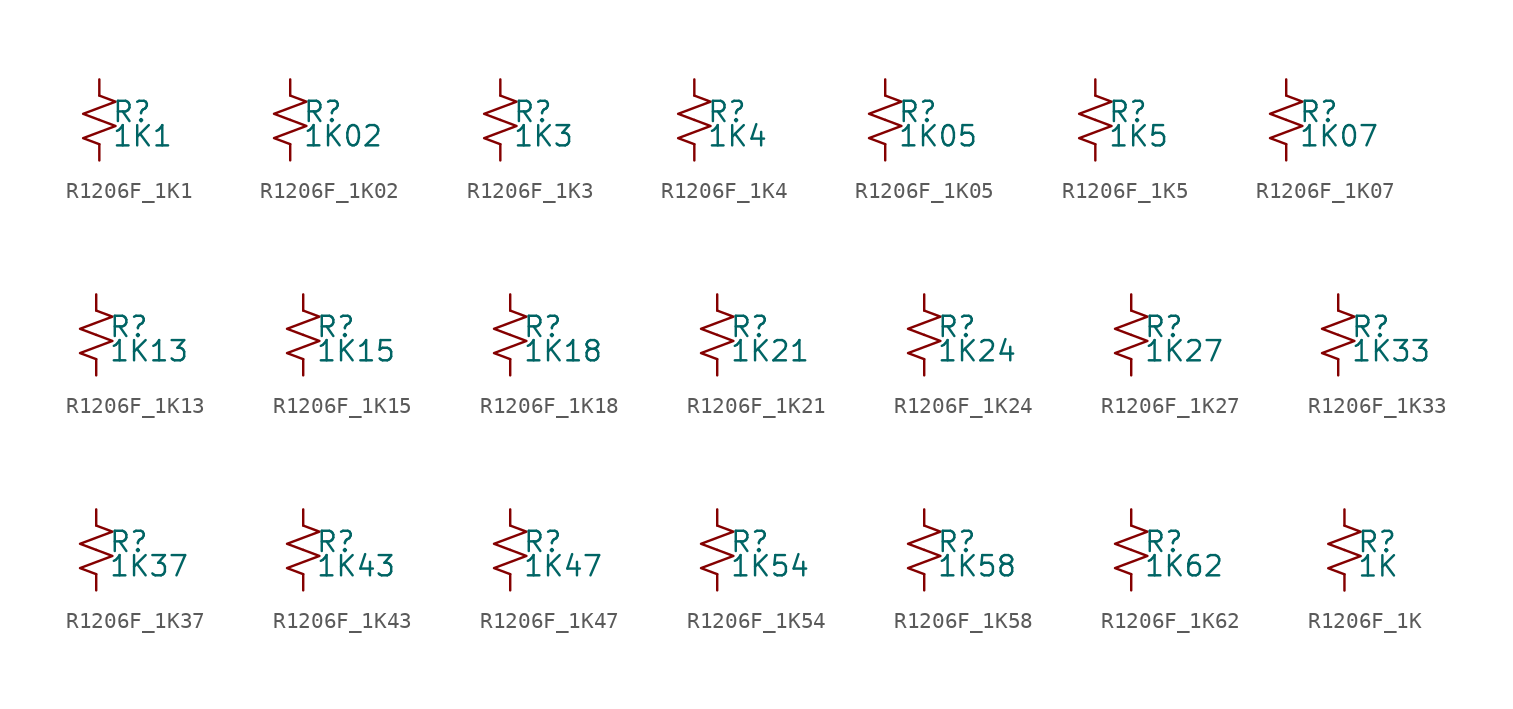
<source format=kicad_sym>
(kicad_symbol_lib
  (version 20220914)
  (generator kicad_symbol_editor)
  (symbol "R1206F_1K1"
    (pin_numbers hide)
    (pin_names
      (offset 0.254) hide)
    (property "Reference" "R"
      (at 0.762 0.508 0)
      (effects (font (size 1.27 1.27)) (justify left)))
    (property "Value" "1K1"
      (at 0.762 -1.016 0)
      (effects (font (size 1.27 1.27)) (justify left)))
    (symbol "R1206F_1K1_1_1"
      (polyline (pts (xy 0 0) (xy 1.016 -0.381) (xy 0 -0.762) (xy -1.016 -1.143) (xy 0 -1.524)) (stroke (width 0) (type default)) (fill (type none)))
      (polyline (pts (xy 0 1.524) (xy 1.016 1.143) (xy 0 0.762) (xy -1.016 0.381) (xy 0 0)) (stroke (width 0) (type default)) (fill (type none)))
      (pin passive line (at 0 2.54 270) (length 1.016) (name "~" (effects (font (size 1.27 1.27)))) (number "1" (effects (font (size 1.27 1.27)))))
      (pin passive line (at 0 -2.54 90) (length 1.016) (name "~" (effects (font (size 1.27 1.27)))) (number "2" (effects (font (size 1.27 1.27)))))))
  (symbol "R1206F_1K02"
    (pin_numbers hide)
    (pin_names
      (offset 0.254) hide)
    (property "Reference" "R"
      (at 0.762 0.508 0)
      (effects (font (size 1.27 1.27)) (justify left)))
    (property "Value" "1K02"
      (at 0.762 -1.016 0)
      (effects (font (size 1.27 1.27)) (justify left)))
    (symbol "R1206F_1K02_1_1"
      (polyline (pts (xy 0 0) (xy 1.016 -0.381) (xy 0 -0.762) (xy -1.016 -1.143) (xy 0 -1.524)) (stroke (width 0) (type default)) (fill (type none)))
      (polyline (pts (xy 0 1.524) (xy 1.016 1.143) (xy 0 0.762) (xy -1.016 0.381) (xy 0 0)) (stroke (width 0) (type default)) (fill (type none)))
      (pin passive line (at 0 2.54 270) (length 1.016) (name "~" (effects (font (size 1.27 1.27)))) (number "1" (effects (font (size 1.27 1.27)))))
      (pin passive line (at 0 -2.54 90) (length 1.016) (name "~" (effects (font (size 1.27 1.27)))) (number "2" (effects (font (size 1.27 1.27)))))))
  (symbol "R1206F_1K3"
    (pin_numbers hide)
    (pin_names
      (offset 0.254) hide)
    (property "Reference" "R"
      (at 0.762 0.508 0)
      (effects (font (size 1.27 1.27)) (justify left)))
    (property "Value" "1K3"
      (at 0.762 -1.016 0)
      (effects (font (size 1.27 1.27)) (justify left)))
    (symbol "R1206F_1K3_1_1"
      (polyline (pts (xy 0 0) (xy 1.016 -0.381) (xy 0 -0.762) (xy -1.016 -1.143) (xy 0 -1.524)) (stroke (width 0) (type default)) (fill (type none)))
      (polyline (pts (xy 0 1.524) (xy 1.016 1.143) (xy 0 0.762) (xy -1.016 0.381) (xy 0 0)) (stroke (width 0) (type default)) (fill (type none)))
      (pin passive line (at 0 2.54 270) (length 1.016) (name "~" (effects (font (size 1.27 1.27)))) (number "1" (effects (font (size 1.27 1.27)))))
      (pin passive line (at 0 -2.54 90) (length 1.016) (name "~" (effects (font (size 1.27 1.27)))) (number "2" (effects (font (size 1.27 1.27)))))))
  (symbol "R1206F_1K4"
    (pin_numbers hide)
    (pin_names
      (offset 0.254) hide)
    (property "Reference" "R"
      (at 0.762 0.508 0)
      (effects (font (size 1.27 1.27)) (justify left)))
    (property "Value" "1K4"
      (at 0.762 -1.016 0)
      (effects (font (size 1.27 1.27)) (justify left)))
    (symbol "R1206F_1K4_1_1"
      (polyline (pts (xy 0 0) (xy 1.016 -0.381) (xy 0 -0.762) (xy -1.016 -1.143) (xy 0 -1.524)) (stroke (width 0) (type default)) (fill (type none)))
      (polyline (pts (xy 0 1.524) (xy 1.016 1.143) (xy 0 0.762) (xy -1.016 0.381) (xy 0 0)) (stroke (width 0) (type default)) (fill (type none)))
      (pin passive line (at 0 2.54 270) (length 1.016) (name "~" (effects (font (size 1.27 1.27)))) (number "1" (effects (font (size 1.27 1.27)))))
      (pin passive line (at 0 -2.54 90) (length 1.016) (name "~" (effects (font (size 1.27 1.27)))) (number "2" (effects (font (size 1.27 1.27)))))))
  (symbol "R1206F_1K05"
    (pin_numbers hide)
    (pin_names
      (offset 0.254) hide)
    (property "Reference" "R"
      (at 0.762 0.508 0)
      (effects (font (size 1.27 1.27)) (justify left)))
    (property "Value" "1K05"
      (at 0.762 -1.016 0)
      (effects (font (size 1.27 1.27)) (justify left)))
    (symbol "R1206F_1K05_1_1"
      (polyline (pts (xy 0 0) (xy 1.016 -0.381) (xy 0 -0.762) (xy -1.016 -1.143) (xy 0 -1.524)) (stroke (width 0) (type default)) (fill (type none)))
      (polyline (pts (xy 0 1.524) (xy 1.016 1.143) (xy 0 0.762) (xy -1.016 0.381) (xy 0 0)) (stroke (width 0) (type default)) (fill (type none)))
      (pin passive line (at 0 2.54 270) (length 1.016) (name "~" (effects (font (size 1.27 1.27)))) (number "1" (effects (font (size 1.27 1.27)))))
      (pin passive line (at 0 -2.54 90) (length 1.016) (name "~" (effects (font (size 1.27 1.27)))) (number "2" (effects (font (size 1.27 1.27)))))))
  (symbol "R1206F_1K5"
    (pin_numbers hide)
    (pin_names
      (offset 0.254) hide)
    (property "Reference" "R"
      (at 0.762 0.508 0)
      (effects (font (size 1.27 1.27)) (justify left)))
    (property "Value" "1K5"
      (at 0.762 -1.016 0)
      (effects (font (size 1.27 1.27)) (justify left)))
    (symbol "R1206F_1K5_1_1"
      (polyline (pts (xy 0 0) (xy 1.016 -0.381) (xy 0 -0.762) (xy -1.016 -1.143) (xy 0 -1.524)) (stroke (width 0) (type default)) (fill (type none)))
      (polyline (pts (xy 0 1.524) (xy 1.016 1.143) (xy 0 0.762) (xy -1.016 0.381) (xy 0 0)) (stroke (width 0) (type default)) (fill (type none)))
      (pin passive line (at 0 2.54 270) (length 1.016) (name "~" (effects (font (size 1.27 1.27)))) (number "1" (effects (font (size 1.27 1.27)))))
      (pin passive line (at 0 -2.54 90) (length 1.016) (name "~" (effects (font (size 1.27 1.27)))) (number "2" (effects (font (size 1.27 1.27)))))))
  (symbol "R1206F_1K07"
    (pin_numbers hide)
    (pin_names
      (offset 0.254) hide)
    (property "Reference" "R"
      (at 0.762 0.508 0)
      (effects (font (size 1.27 1.27)) (justify left)))
    (property "Value" "1K07"
      (at 0.762 -1.016 0)
      (effects (font (size 1.27 1.27)) (justify left)))
    (symbol "R1206F_1K07_1_1"
      (polyline (pts (xy 0 0) (xy 1.016 -0.381) (xy 0 -0.762) (xy -1.016 -1.143) (xy 0 -1.524)) (stroke (width 0) (type default)) (fill (type none)))
      (polyline (pts (xy 0 1.524) (xy 1.016 1.143) (xy 0 0.762) (xy -1.016 0.381) (xy 0 0)) (stroke (width 0) (type default)) (fill (type none)))
      (pin passive line (at 0 2.54 270) (length 1.016) (name "~" (effects (font (size 1.27 1.27)))) (number "1" (effects (font (size 1.27 1.27)))))
      (pin passive line (at 0 -2.54 90) (length 1.016) (name "~" (effects (font (size 1.27 1.27)))) (number "2" (effects (font (size 1.27 1.27)))))))
  (symbol "R1206F_1K13"
    (pin_numbers hide)
    (pin_names
      (offset 0.254) hide)
    (property "Reference" "R"
      (at 0.762 0.508 0)
      (effects (font (size 1.27 1.27)) (justify left)))
    (property "Value" "1K13"
      (at 0.762 -1.016 0)
      (effects (font (size 1.27 1.27)) (justify left)))
    (symbol "R1206F_1K13_1_1"
      (polyline (pts (xy 0 0) (xy 1.016 -0.381) (xy 0 -0.762) (xy -1.016 -1.143) (xy 0 -1.524)) (stroke (width 0) (type default)) (fill (type none)))
      (polyline (pts (xy 0 1.524) (xy 1.016 1.143) (xy 0 0.762) (xy -1.016 0.381) (xy 0 0)) (stroke (width 0) (type default)) (fill (type none)))
      (pin passive line (at 0 2.54 270) (length 1.016) (name "~" (effects (font (size 1.27 1.27)))) (number "1" (effects (font (size 1.27 1.27)))))
      (pin passive line (at 0 -2.54 90) (length 1.016) (name "~" (effects (font (size 1.27 1.27)))) (number "2" (effects (font (size 1.27 1.27)))))))
  (symbol "R1206F_1K15"
    (pin_numbers hide)
    (pin_names
      (offset 0.254) hide)
    (property "Reference" "R"
      (at 0.762 0.508 0)
      (effects (font (size 1.27 1.27)) (justify left)))
    (property "Value" "1K15"
      (at 0.762 -1.016 0)
      (effects (font (size 1.27 1.27)) (justify left)))
    (symbol "R1206F_1K15_1_1"
      (polyline (pts (xy 0 0) (xy 1.016 -0.381) (xy 0 -0.762) (xy -1.016 -1.143) (xy 0 -1.524)) (stroke (width 0) (type default)) (fill (type none)))
      (polyline (pts (xy 0 1.524) (xy 1.016 1.143) (xy 0 0.762) (xy -1.016 0.381) (xy 0 0)) (stroke (width 0) (type default)) (fill (type none)))
      (pin passive line (at 0 2.54 270) (length 1.016) (name "~" (effects (font (size 1.27 1.27)))) (number "1" (effects (font (size 1.27 1.27)))))
      (pin passive line (at 0 -2.54 90) (length 1.016) (name "~" (effects (font (size 1.27 1.27)))) (number "2" (effects (font (size 1.27 1.27)))))))
  (symbol "R1206F_1K18"
    (pin_numbers hide)
    (pin_names
      (offset 0.254) hide)
    (property "Reference" "R"
      (at 0.762 0.508 0)
      (effects (font (size 1.27 1.27)) (justify left)))
    (property "Value" "1K18"
      (at 0.762 -1.016 0)
      (effects (font (size 1.27 1.27)) (justify left)))
    (symbol "R1206F_1K18_1_1"
      (polyline (pts (xy 0 0) (xy 1.016 -0.381) (xy 0 -0.762) (xy -1.016 -1.143) (xy 0 -1.524)) (stroke (width 0) (type default)) (fill (type none)))
      (polyline (pts (xy 0 1.524) (xy 1.016 1.143) (xy 0 0.762) (xy -1.016 0.381) (xy 0 0)) (stroke (width 0) (type default)) (fill (type none)))
      (pin passive line (at 0 2.54 270) (length 1.016) (name "~" (effects (font (size 1.27 1.27)))) (number "1" (effects (font (size 1.27 1.27)))))
      (pin passive line (at 0 -2.54 90) (length 1.016) (name "~" (effects (font (size 1.27 1.27)))) (number "2" (effects (font (size 1.27 1.27)))))))
  (symbol "R1206F_1K21"
    (pin_numbers hide)
    (pin_names
      (offset 0.254) hide)
    (property "Reference" "R"
      (at 0.762 0.508 0)
      (effects (font (size 1.27 1.27)) (justify left)))
    (property "Value" "1K21"
      (at 0.762 -1.016 0)
      (effects (font (size 1.27 1.27)) (justify left)))
    (symbol "R1206F_1K21_1_1"
      (polyline (pts (xy 0 0) (xy 1.016 -0.381) (xy 0 -0.762) (xy -1.016 -1.143) (xy 0 -1.524)) (stroke (width 0) (type default)) (fill (type none)))
      (polyline (pts (xy 0 1.524) (xy 1.016 1.143) (xy 0 0.762) (xy -1.016 0.381) (xy 0 0)) (stroke (width 0) (type default)) (fill (type none)))
      (pin passive line (at 0 2.54 270) (length 1.016) (name "~" (effects (font (size 1.27 1.27)))) (number "1" (effects (font (size 1.27 1.27)))))
      (pin passive line (at 0 -2.54 90) (length 1.016) (name "~" (effects (font (size 1.27 1.27)))) (number "2" (effects (font (size 1.27 1.27)))))))
  (symbol "R1206F_1K24"
    (pin_numbers hide)
    (pin_names
      (offset 0.254) hide)
    (property "Reference" "R"
      (at 0.762 0.508 0)
      (effects (font (size 1.27 1.27)) (justify left)))
    (property "Value" "1K24"
      (at 0.762 -1.016 0)
      (effects (font (size 1.27 1.27)) (justify left)))
    (symbol "R1206F_1K24_1_1"
      (polyline (pts (xy 0 0) (xy 1.016 -0.381) (xy 0 -0.762) (xy -1.016 -1.143) (xy 0 -1.524)) (stroke (width 0) (type default)) (fill (type none)))
      (polyline (pts (xy 0 1.524) (xy 1.016 1.143) (xy 0 0.762) (xy -1.016 0.381) (xy 0 0)) (stroke (width 0) (type default)) (fill (type none)))
      (pin passive line (at 0 2.54 270) (length 1.016) (name "~" (effects (font (size 1.27 1.27)))) (number "1" (effects (font (size 1.27 1.27)))))
      (pin passive line (at 0 -2.54 90) (length 1.016) (name "~" (effects (font (size 1.27 1.27)))) (number "2" (effects (font (size 1.27 1.27)))))))
  (symbol "R1206F_1K27"
    (pin_numbers hide)
    (pin_names
      (offset 0.254) hide)
    (property "Reference" "R"
      (at 0.762 0.508 0)
      (effects (font (size 1.27 1.27)) (justify left)))
    (property "Value" "1K27"
      (at 0.762 -1.016 0)
      (effects (font (size 1.27 1.27)) (justify left)))
    (symbol "R1206F_1K27_1_1"
      (polyline (pts (xy 0 0) (xy 1.016 -0.381) (xy 0 -0.762) (xy -1.016 -1.143) (xy 0 -1.524)) (stroke (width 0) (type default)) (fill (type none)))
      (polyline (pts (xy 0 1.524) (xy 1.016 1.143) (xy 0 0.762) (xy -1.016 0.381) (xy 0 0)) (stroke (width 0) (type default)) (fill (type none)))
      (pin passive line (at 0 2.54 270) (length 1.016) (name "~" (effects (font (size 1.27 1.27)))) (number "1" (effects (font (size 1.27 1.27)))))
      (pin passive line (at 0 -2.54 90) (length 1.016) (name "~" (effects (font (size 1.27 1.27)))) (number "2" (effects (font (size 1.27 1.27)))))))
  (symbol "R1206F_1K33"
    (pin_numbers hide)
    (pin_names
      (offset 0.254) hide)
    (property "Reference" "R"
      (at 0.762 0.508 0)
      (effects (font (size 1.27 1.27)) (justify left)))
    (property "Value" "1K33"
      (at 0.762 -1.016 0)
      (effects (font (size 1.27 1.27)) (justify left)))
    (symbol "R1206F_1K33_1_1"
      (polyline (pts (xy 0 0) (xy 1.016 -0.381) (xy 0 -0.762) (xy -1.016 -1.143) (xy 0 -1.524)) (stroke (width 0) (type default)) (fill (type none)))
      (polyline (pts (xy 0 1.524) (xy 1.016 1.143) (xy 0 0.762) (xy -1.016 0.381) (xy 0 0)) (stroke (width 0) (type default)) (fill (type none)))
      (pin passive line (at 0 2.54 270) (length 1.016) (name "~" (effects (font (size 1.27 1.27)))) (number "1" (effects (font (size 1.27 1.27)))))
      (pin passive line (at 0 -2.54 90) (length 1.016) (name "~" (effects (font (size 1.27 1.27)))) (number "2" (effects (font (size 1.27 1.27)))))))
  (symbol "R1206F_1K37"
    (pin_numbers hide)
    (pin_names
      (offset 0.254) hide)
    (property "Reference" "R"
      (at 0.762 0.508 0)
      (effects (font (size 1.27 1.27)) (justify left)))
    (property "Value" "1K37"
      (at 0.762 -1.016 0)
      (effects (font (size 1.27 1.27)) (justify left)))
    (symbol "R1206F_1K37_1_1"
      (polyline (pts (xy 0 0) (xy 1.016 -0.381) (xy 0 -0.762) (xy -1.016 -1.143) (xy 0 -1.524)) (stroke (width 0) (type default)) (fill (type none)))
      (polyline (pts (xy 0 1.524) (xy 1.016 1.143) (xy 0 0.762) (xy -1.016 0.381) (xy 0 0)) (stroke (width 0) (type default)) (fill (type none)))
      (pin passive line (at 0 2.54 270) (length 1.016) (name "~" (effects (font (size 1.27 1.27)))) (number "1" (effects (font (size 1.27 1.27)))))
      (pin passive line (at 0 -2.54 90) (length 1.016) (name "~" (effects (font (size 1.27 1.27)))) (number "2" (effects (font (size 1.27 1.27)))))))
  (symbol "R1206F_1K43"
    (pin_numbers hide)
    (pin_names
      (offset 0.254) hide)
    (property "Reference" "R"
      (at 0.762 0.508 0)
      (effects (font (size 1.27 1.27)) (justify left)))
    (property "Value" "1K43"
      (at 0.762 -1.016 0)
      (effects (font (size 1.27 1.27)) (justify left)))
    (symbol "R1206F_1K43_1_1"
      (polyline (pts (xy 0 0) (xy 1.016 -0.381) (xy 0 -0.762) (xy -1.016 -1.143) (xy 0 -1.524)) (stroke (width 0) (type default)) (fill (type none)))
      (polyline (pts (xy 0 1.524) (xy 1.016 1.143) (xy 0 0.762) (xy -1.016 0.381) (xy 0 0)) (stroke (width 0) (type default)) (fill (type none)))
      (pin passive line (at 0 2.54 270) (length 1.016) (name "~" (effects (font (size 1.27 1.27)))) (number "1" (effects (font (size 1.27 1.27)))))
      (pin passive line (at 0 -2.54 90) (length 1.016) (name "~" (effects (font (size 1.27 1.27)))) (number "2" (effects (font (size 1.27 1.27)))))))
  (symbol "R1206F_1K47"
    (pin_numbers hide)
    (pin_names
      (offset 0.254) hide)
    (property "Reference" "R"
      (at 0.762 0.508 0)
      (effects (font (size 1.27 1.27)) (justify left)))
    (property "Value" "1K47"
      (at 0.762 -1.016 0)
      (effects (font (size 1.27 1.27)) (justify left)))
    (symbol "R1206F_1K47_1_1"
      (polyline (pts (xy 0 0) (xy 1.016 -0.381) (xy 0 -0.762) (xy -1.016 -1.143) (xy 0 -1.524)) (stroke (width 0) (type default)) (fill (type none)))
      (polyline (pts (xy 0 1.524) (xy 1.016 1.143) (xy 0 0.762) (xy -1.016 0.381) (xy 0 0)) (stroke (width 0) (type default)) (fill (type none)))
      (pin passive line (at 0 2.54 270) (length 1.016) (name "~" (effects (font (size 1.27 1.27)))) (number "1" (effects (font (size 1.27 1.27)))))
      (pin passive line (at 0 -2.54 90) (length 1.016) (name "~" (effects (font (size 1.27 1.27)))) (number "2" (effects (font (size 1.27 1.27)))))))
  (symbol "R1206F_1K54"
    (pin_numbers hide)
    (pin_names
      (offset 0.254) hide)
    (property "Reference" "R"
      (at 0.762 0.508 0)
      (effects (font (size 1.27 1.27)) (justify left)))
    (property "Value" "1K54"
      (at 0.762 -1.016 0)
      (effects (font (size 1.27 1.27)) (justify left)))
    (symbol "R1206F_1K54_1_1"
      (polyline (pts (xy 0 0) (xy 1.016 -0.381) (xy 0 -0.762) (xy -1.016 -1.143) (xy 0 -1.524)) (stroke (width 0) (type default)) (fill (type none)))
      (polyline (pts (xy 0 1.524) (xy 1.016 1.143) (xy 0 0.762) (xy -1.016 0.381) (xy 0 0)) (stroke (width 0) (type default)) (fill (type none)))
      (pin passive line (at 0 2.54 270) (length 1.016) (name "~" (effects (font (size 1.27 1.27)))) (number "1" (effects (font (size 1.27 1.27)))))
      (pin passive line (at 0 -2.54 90) (length 1.016) (name "~" (effects (font (size 1.27 1.27)))) (number "2" (effects (font (size 1.27 1.27)))))))
  (symbol "R1206F_1K58"
    (pin_numbers hide)
    (pin_names
      (offset 0.254) hide)
    (property "Reference" "R"
      (at 0.762 0.508 0)
      (effects (font (size 1.27 1.27)) (justify left)))
    (property "Value" "1K58"
      (at 0.762 -1.016 0)
      (effects (font (size 1.27 1.27)) (justify left)))
    (symbol "R1206F_1K58_1_1"
      (polyline (pts (xy 0 0) (xy 1.016 -0.381) (xy 0 -0.762) (xy -1.016 -1.143) (xy 0 -1.524)) (stroke (width 0) (type default)) (fill (type none)))
      (polyline (pts (xy 0 1.524) (xy 1.016 1.143) (xy 0 0.762) (xy -1.016 0.381) (xy 0 0)) (stroke (width 0) (type default)) (fill (type none)))
      (pin passive line (at 0 2.54 270) (length 1.016) (name "~" (effects (font (size 1.27 1.27)))) (number "1" (effects (font (size 1.27 1.27)))))
      (pin passive line (at 0 -2.54 90) (length 1.016) (name "~" (effects (font (size 1.27 1.27)))) (number "2" (effects (font (size 1.27 1.27)))))))
  (symbol "R1206F_1K62"
    (pin_numbers hide)
    (pin_names
      (offset 0.254) hide)
    (property "Reference" "R"
      (at 0.762 0.508 0)
      (effects (font (size 1.27 1.27)) (justify left)))
    (property "Value" "1K62"
      (at 0.762 -1.016 0)
      (effects (font (size 1.27 1.27)) (justify left)))
    (symbol "R1206F_1K62_1_1"
      (polyline (pts (xy 0 0) (xy 1.016 -0.381) (xy 0 -0.762) (xy -1.016 -1.143) (xy 0 -1.524)) (stroke (width 0) (type default)) (fill (type none)))
      (polyline (pts (xy 0 1.524) (xy 1.016 1.143) (xy 0 0.762) (xy -1.016 0.381) (xy 0 0)) (stroke (width 0) (type default)) (fill (type none)))
      (pin passive line (at 0 2.54 270) (length 1.016) (name "~" (effects (font (size 1.27 1.27)))) (number "1" (effects (font (size 1.27 1.27)))))
      (pin passive line (at 0 -2.54 90) (length 1.016) (name "~" (effects (font (size 1.27 1.27)))) (number "2" (effects (font (size 1.27 1.27)))))))
  (symbol "R1206F_1K"
    (pin_numbers hide)
    (pin_names
      (offset 0.254) hide)
    (property "Reference" "R"
      (at 0.762 0.508 0)
      (effects (font (size 1.27 1.27)) (justify left)))
    (property "Value" "1K"
      (at 0.762 -1.016 0)
      (effects (font (size 1.27 1.27)) (justify left)))
    (symbol "R1206F_1K_1_1"
      (polyline (pts (xy 0 0) (xy 1.016 -0.381) (xy 0 -0.762) (xy -1.016 -1.143) (xy 0 -1.524)) (stroke (width 0) (type default)) (fill (type none)))
      (polyline (pts (xy 0 1.524) (xy 1.016 1.143) (xy 0 0.762) (xy -1.016 0.381) (xy 0 0)) (stroke (width 0) (type default)) (fill (type none)))
      (pin passive line (at 0 2.54 270) (length 1.016) (name "~" (effects (font (size 1.27 1.27)))) (number "1" (effects (font (size 1.27 1.27)))))
      (pin passive line (at 0 -2.54 90) (length 1.016) (name "~" (effects (font (size 1.27 1.27)))) (number "2" (effects (font (size 1.27 1.27))))))))
</source>
